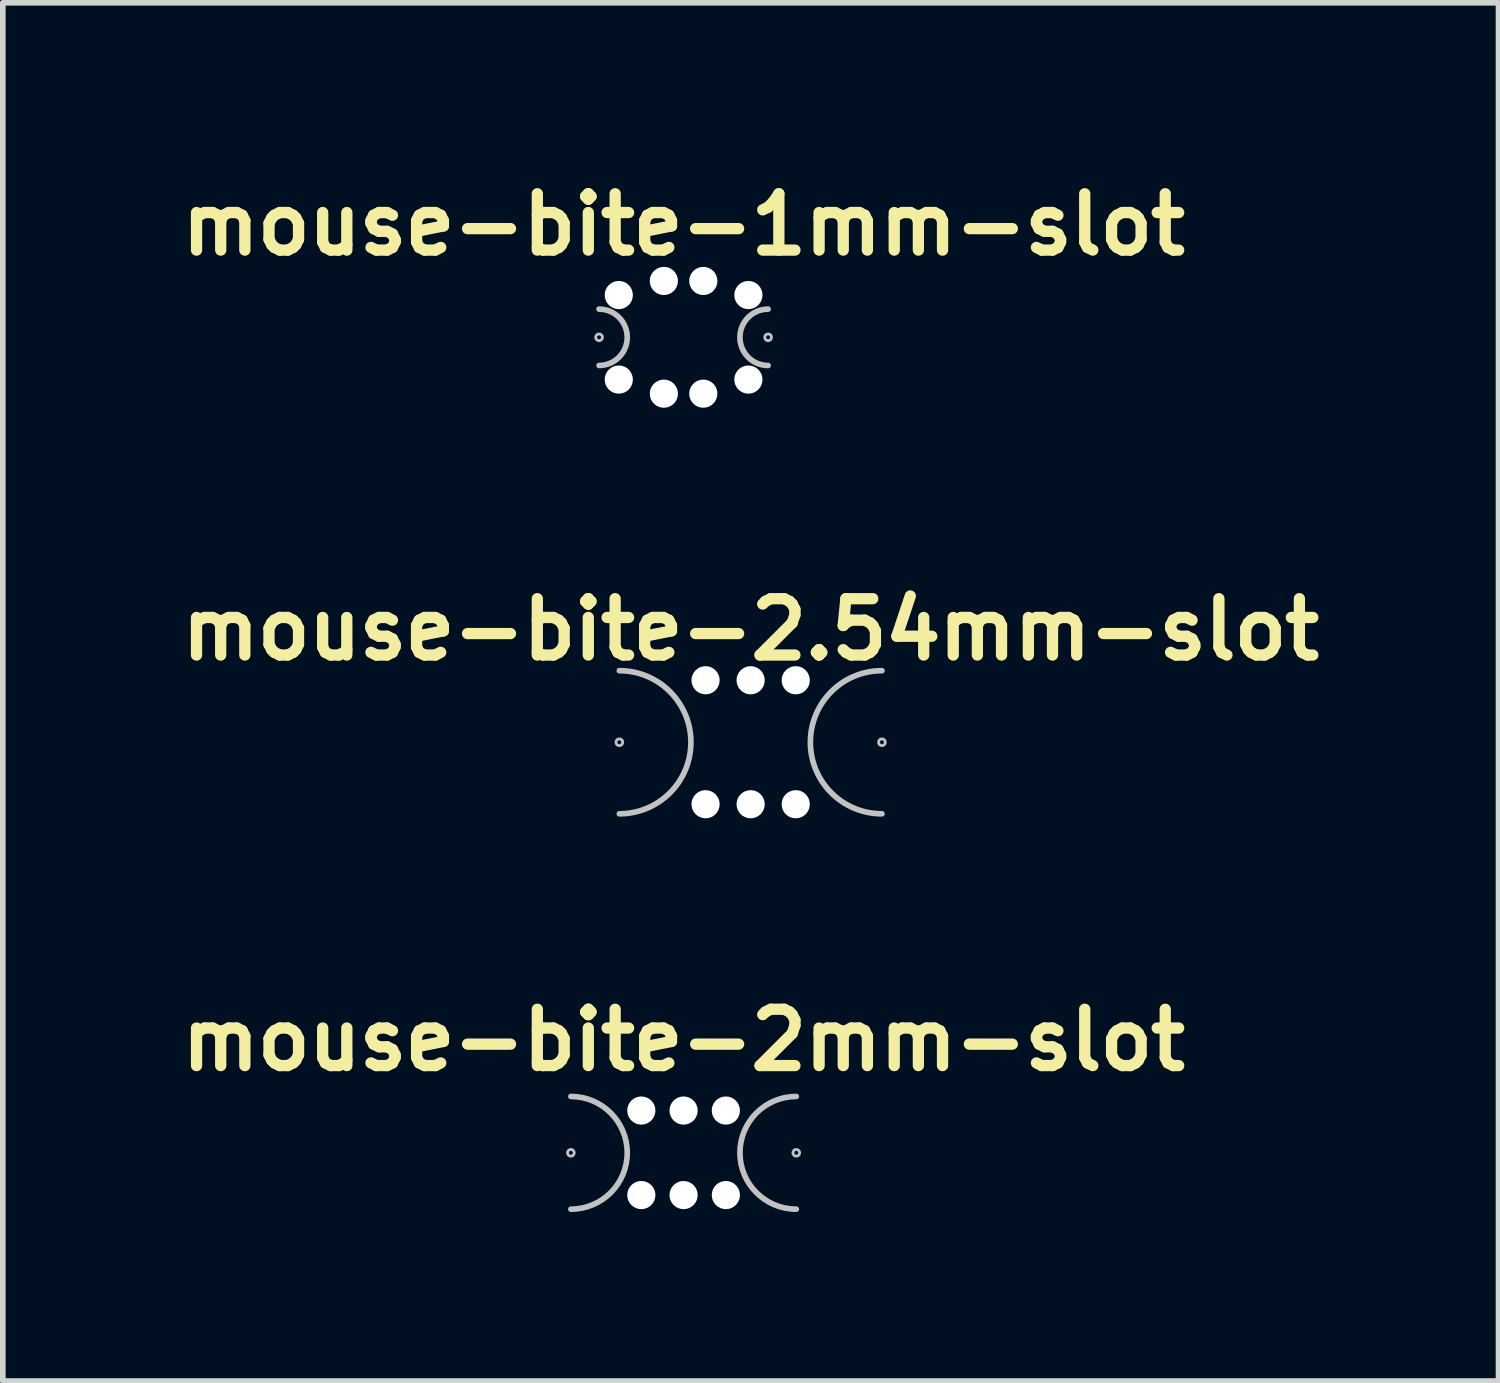
<source format=kicad_pcb>
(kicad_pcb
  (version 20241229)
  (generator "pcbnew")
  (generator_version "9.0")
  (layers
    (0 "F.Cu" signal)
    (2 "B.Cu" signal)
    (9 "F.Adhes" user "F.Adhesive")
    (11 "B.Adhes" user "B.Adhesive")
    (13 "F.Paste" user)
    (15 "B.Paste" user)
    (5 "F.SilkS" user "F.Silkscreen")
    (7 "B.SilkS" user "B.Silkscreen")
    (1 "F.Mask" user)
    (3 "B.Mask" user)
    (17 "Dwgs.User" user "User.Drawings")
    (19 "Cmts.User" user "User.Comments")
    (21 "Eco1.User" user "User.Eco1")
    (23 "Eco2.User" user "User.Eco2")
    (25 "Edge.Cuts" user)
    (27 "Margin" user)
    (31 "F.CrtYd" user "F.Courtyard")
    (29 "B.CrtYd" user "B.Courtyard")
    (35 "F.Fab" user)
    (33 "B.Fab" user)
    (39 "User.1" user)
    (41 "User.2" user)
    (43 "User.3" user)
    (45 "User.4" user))
  (footprint "mouse-bite-2mm-slot"
    (layer "F.Cu")
    (at 9.081 17.408)
    (property "Reference" "mouse-bite-2mm-slot" (at 0 -2 0) (layer "F.SilkS") (effects (font (size 1 1) (thickness 0.2))))
    (attr through_hole)
    (fp_arc (start -2 -1) (mid -1 0) (end -2 1) (stroke (width 0.1) (type solid)) (layer "Dwgs.User"))
    (fp_arc (start 2 1) (mid 1 0) (end 2 -1) (stroke (width 0.1) (type solid)) (layer "Dwgs.User"))
    (fp_circle (center -2 0) (end -2 -0.06) (stroke (width 0.05) (type solid)) (fill no) (layer "Dwgs.User"))
    (fp_circle (center 2 0) (end 2.06 0) (stroke (width 0.05) (type solid)) (fill no) (layer "Dwgs.User"))
    (fp_line (start -2 0) (end -2 0) (stroke (width 2) (type solid)) (layer "Eco1.User"))
    (fp_line (start 2 0) (end 2 0) (stroke (width 2) (type solid)) (layer "Eco1.User"))
    (pad "" np_thru_hole circle (at -0.75 -0.75) (size 0.5 0.5) (drill 0.5) (layers "*.Cu" "*.Mask"))
    (pad "" np_thru_hole circle (at -0.75 0.75) (size 0.5 0.5) (drill 0.5) (layers "*.Cu" "*.Mask"))
    (pad "" np_thru_hole circle (at 0 -0.75) (size 0.5 0.5) (drill 0.5) (layers "*.Cu" "*.Mask"))
    (pad "" np_thru_hole circle (at 0 0.75) (size 0.5 0.5) (drill 0.5) (layers "*.Cu" "*.Mask"))
    (pad "" np_thru_hole circle (at 0.75 -0.75) (size 0.5 0.5) (drill 0.5) (layers "*.Cu" "*.Mask"))
    (pad "" np_thru_hole circle (at 0.75 0.75) (size 0.5 0.5) (drill 0.5) (layers "*.Cu" "*.Mask")))
  (footprint "mouse-bite-1mm-slot"
    (layer "F.Cu")
    (at 9.081 2.936)
    (property "Reference" "mouse-bite-1mm-slot" (at 0 -2 0) (layer "F.SilkS") (effects (font (size 1 1) (thickness 0.2))))
    (attr through_hole)
    (fp_arc (start -1.5 -0.5) (mid -1 0) (end -1.5 0.5) (stroke (width 0.1) (type solid)) (layer "Dwgs.User"))
    (fp_arc (start 1.5 0.5) (mid 1 0) (end 1.5 -0.5) (stroke (width 0.1) (type solid)) (layer "Dwgs.User"))
    (fp_circle (center -1.5 0) (end -1.44 0) (stroke (width 0.05) (type solid)) (fill no) (layer "Dwgs.User"))
    (fp_circle (center 1.5 0) (end 1.56 0) (stroke (width 0.05) (type solid)) (fill no) (layer "Dwgs.User"))
    (fp_line (start -1.5 0) (end -1.5 0) (stroke (width 1) (type solid)) (layer "Eco1.User"))
    (fp_line (start 1.5 0) (end 1.5 0) (stroke (width 1) (type solid)) (layer "Eco1.User"))
    (pad "" np_thru_hole circle (at -1.15 -0.75) (size 0.5 0.5) (drill 0.5) (layers "*.Cu" "*.Mask"))
    (pad "" np_thru_hole circle (at -1.15 0.75) (size 0.5 0.5) (drill 0.5) (layers "*.Cu" "*.Mask"))
    (pad "" np_thru_hole circle (at -0.35 -1) (size 0.5 0.5) (drill 0.5) (layers "*.Cu" "*.Mask"))
    (pad "" np_thru_hole circle (at -0.35 1) (size 0.5 0.5) (drill 0.5) (layers "*.Cu" "*.Mask"))
    (pad "" np_thru_hole circle (at 0.35 -1) (size 0.5 0.5) (drill 0.5) (layers "*.Cu" "*.Mask"))
    (pad "" np_thru_hole circle (at 0.35 1) (size 0.5 0.5) (drill 0.5) (layers "*.Cu" "*.Mask"))
    (pad "" np_thru_hole circle (at 1.15 -0.75) (size 0.5 0.5) (drill 0.5) (layers "*.Cu" "*.Mask"))
    (pad "" np_thru_hole circle (at 1.15 0.75) (size 0.5 0.5) (drill 0.5) (layers "*.Cu" "*.Mask")))
  (footprint "mouse-bite-2.54mm-slot"
    (layer "F.Cu")
    (at 10.271 10.122)
    (property "Reference" "mouse-bite-2.54mm-slot" (at 0 -2 0) (layer "F.SilkS") (effects (font (size 1 1) (thickness 0.2))))
    (attr through_hole)
    (fp_arc (start -2.33 -1.27) (mid -1.06 0) (end -2.33 1.27) (stroke (width 0.1) (type solid)) (layer "Dwgs.User"))
    (fp_arc (start 2.33 1.27) (mid 1.06 0) (end 2.33 -1.27) (stroke (width 0.1) (type solid)) (layer "Dwgs.User"))
    (fp_circle (center -2.33 0) (end -2.27 0) (stroke (width 0.05) (type solid)) (fill no) (layer "Dwgs.User"))
    (fp_circle (center 2.33 0) (end 2.33 -0.06) (stroke (width 0.05) (type solid)) (fill no) (layer "Dwgs.User"))
    (fp_line (start -2.33 0) (end -2.33 0) (stroke (width 2.54) (type solid)) (layer "Eco1.User"))
    (fp_line (start 2.33 0) (end 2.33 0) (stroke (width 2.54) (type solid)) (layer "Eco1.User"))
    (pad "" np_thru_hole circle (at -0.8 -1.1) (size 0.5 0.5) (drill 0.5) (layers "*.Cu" "*.Mask"))
    (pad "" np_thru_hole circle (at -0.8 1.1) (size 0.5 0.5) (drill 0.5) (layers "*.Cu" "*.Mask"))
    (pad "" np_thru_hole circle (at 0 -1.1) (size 0.5 0.5) (drill 0.5) (layers "*.Cu" "*.Mask"))
    (pad "" np_thru_hole circle (at 0 1.1) (size 0.5 0.5) (drill 0.5) (layers "*.Cu" "*.Mask"))
    (pad "" np_thru_hole circle (at 0.8 -1.1) (size 0.5 0.5) (drill 0.5) (layers "*.Cu" "*.Mask"))
    (pad "" np_thru_hole circle (at 0.8 1.1) (size 0.5 0.5) (drill 0.5) (layers "*.Cu" "*.Mask")))
  (gr_rect
    (start -3 -3)
    (end 23.543 21.458)
    (stroke (width 0.1) (type default))
    (fill no)
    (layer "Edge.Cuts")))
</source>
